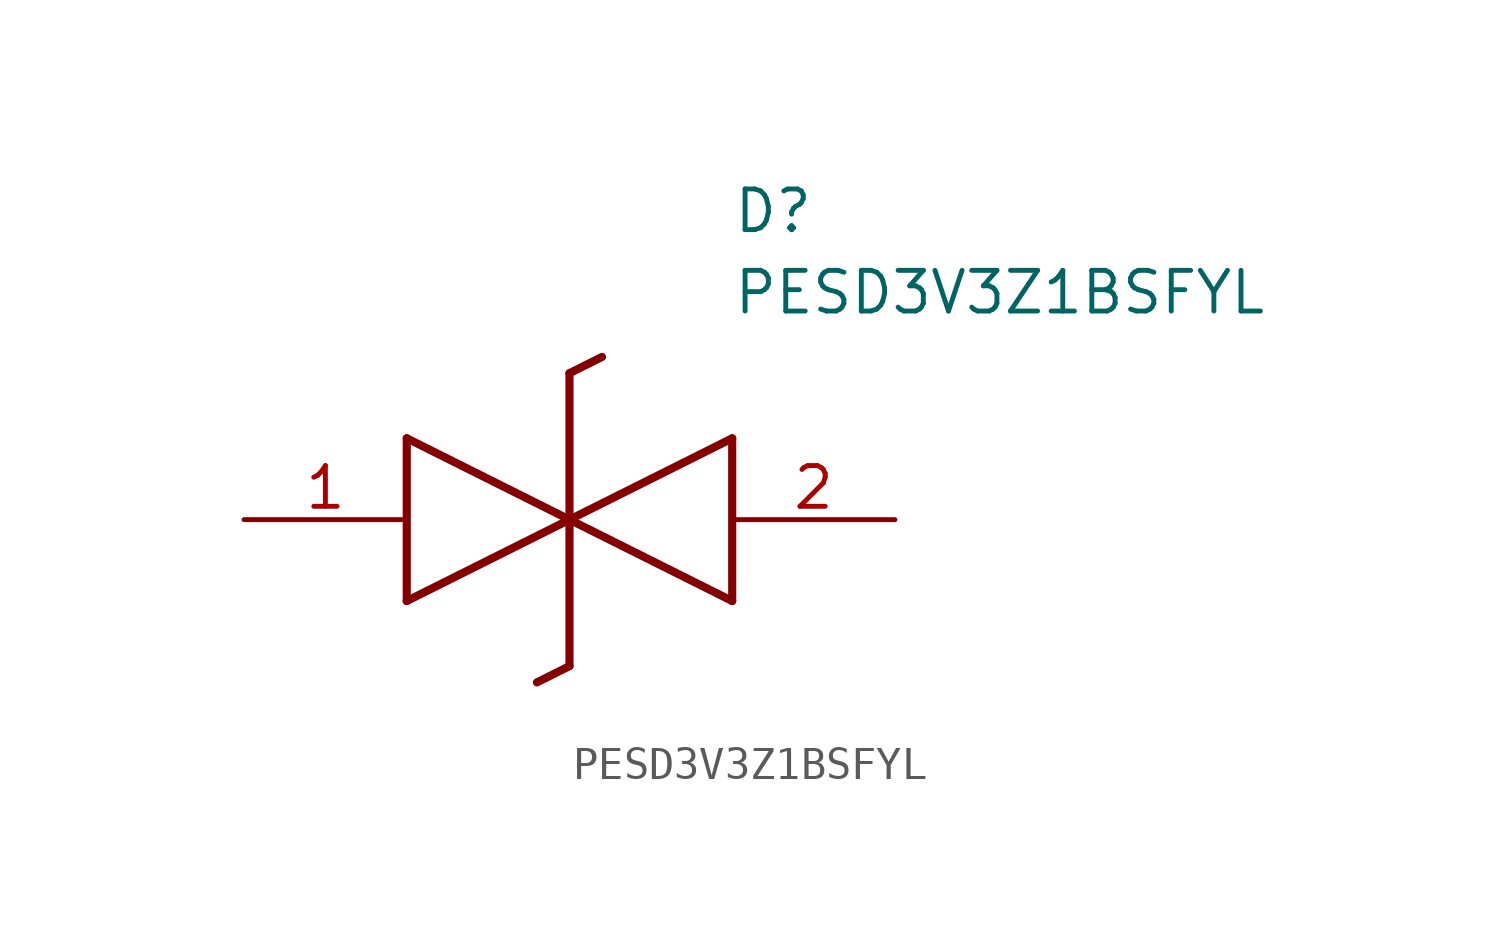
<source format=kicad_sym>
(kicad_symbol_lib
  (version 20211014)
  (generator SamacSys_ECAD_Model)
  (symbol "PESD3V3Z1BSFYL"
    (pin_names hide)
    (property "Reference" "D"
      (at 15.24 8.89 0)
      (effects (font (size 1.27 1.27)) (justify left bottom)))
    (property "Value" "PESD3V3Z1BSFYL"
      (at 15.24 6.35 0)
      (effects (font (size 1.27 1.27)) (justify left bottom)))
    (polyline
      (pts (xy 10.16 0) (xy 5.08 -2.54))
      (stroke (width 0.254) (type default))
      (fill (type none)))
    (polyline
      (pts (xy 5.08 2.54) (xy 5.08 -2.54))
      (stroke (width 0.254) (type default))
      (fill (type none)))
    (polyline
      (pts (xy 5.08 2.54) (xy 10.16 0))
      (stroke (width 0.254) (type default))
      (fill (type none)))
    (polyline
      (pts (xy 10.16 0) (xy 15.24 -2.54))
      (stroke (width 0.254) (type default))
      (fill (type none)))
    (polyline
      (pts (xy 15.24 2.54) (xy 15.24 -2.54))
      (stroke (width 0.254) (type default))
      (fill (type none)))
    (polyline
      (pts (xy 15.24 2.54) (xy 10.16 0))
      (stroke (width 0.254) (type default))
      (fill (type none)))
    (polyline
      (pts (xy 10.16 -4.572) (xy 10.16 4.572))
      (stroke (width 0.254) (type default))
      (fill (type none)))
    (polyline
      (pts (xy 11.176 5.08) (xy 10.16 4.572))
      (stroke (width 0.254) (type default))
      (fill (type none)))
    (polyline
      (pts (xy 10.16 -4.572) (xy 9.144 -5.08))
      (stroke (width 0.254) (type default))
      (fill (type none)))
    (pin passive line
      (at 0 0 0)
      (length 5.08)
      (name "K1" (effects (font (size 1.27 1.27))))
      (number "1" (effects (font (size 1.27 1.27)))))
    (pin passive line
      (at 20.32 0 180)
      (length 5.08)
      (name "K2" (effects (font (size 1.27 1.27))))
      (number "2" (effects (font (size 1.27 1.27)))))))
</source>
